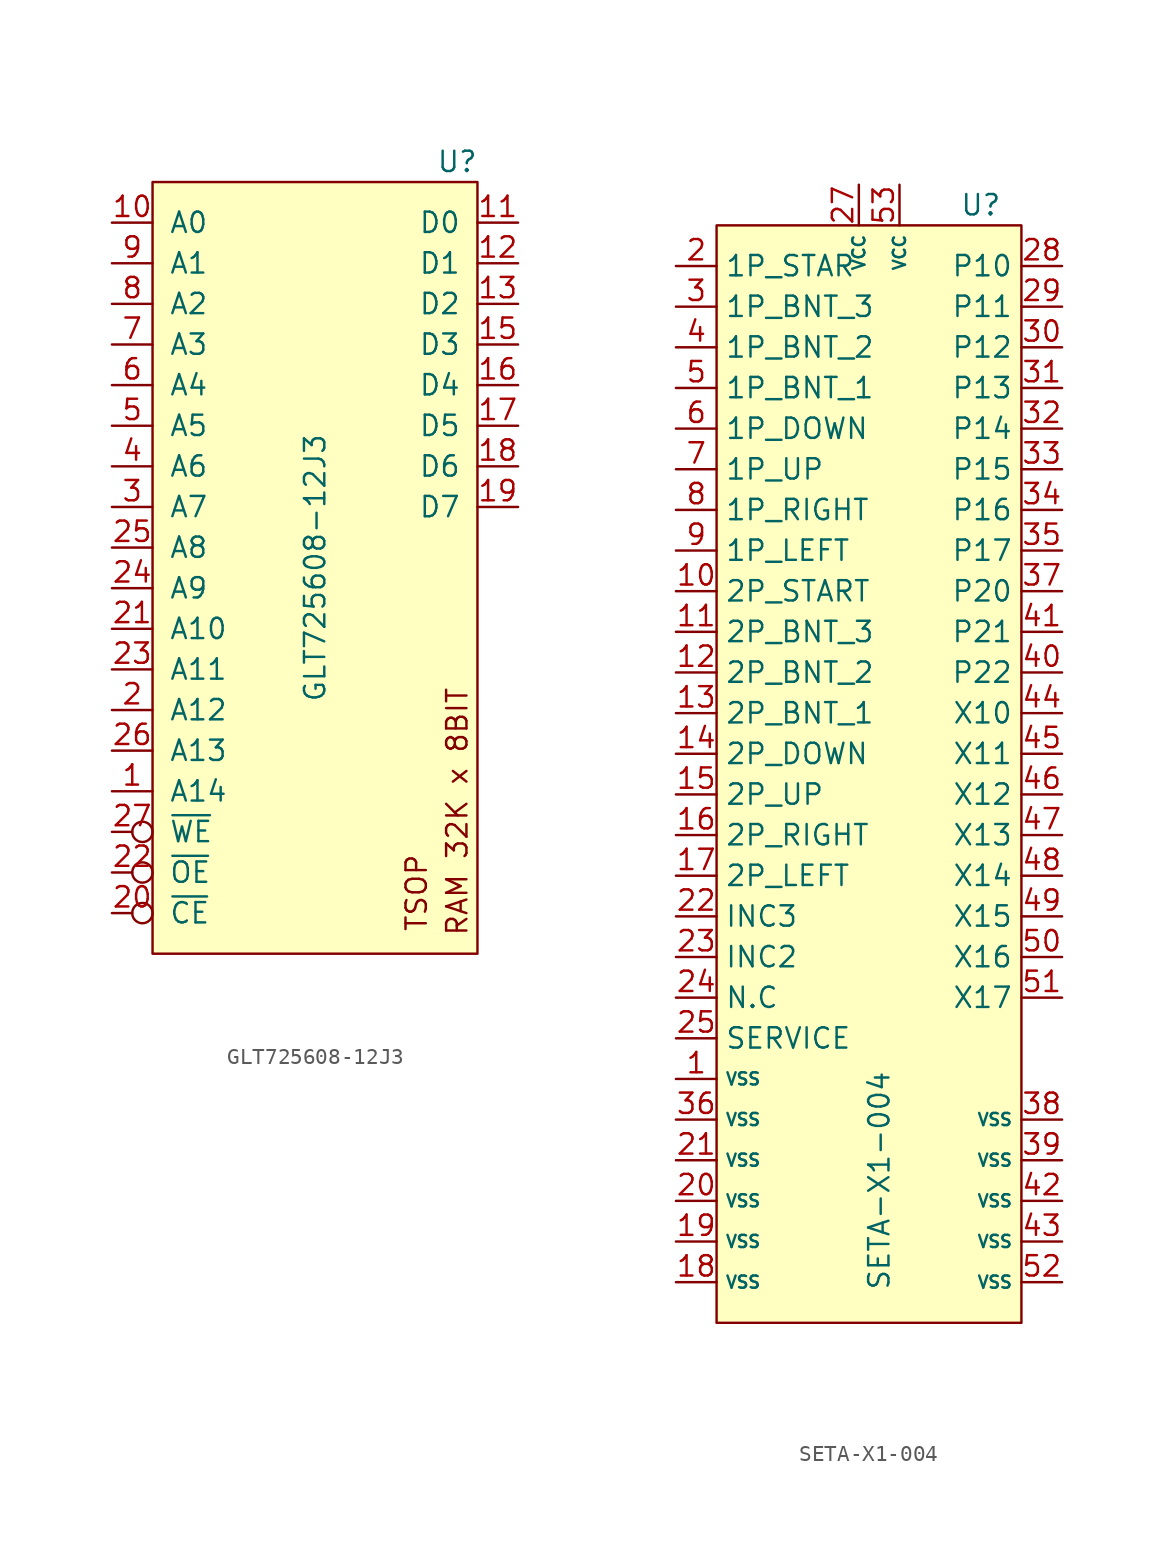
<source format=kicad_sym>
(kicad_symbol_lib
  (version 20211014)
  (generator kicad_symbol_editor)
  (symbol "GLT725608-12J3"
    (pin_names
      (offset 1.016))
    (property "Reference" "U"
      (at 8.89 25.4 0)
      (effects (font (size 1.27 1.27))))
    (property "Value" "GLT725608-12J3"
      (at 0 0 90)
      (effects (font (size 1.27 1.27))))
    (symbol "GLT725608-12J3_0_0"
      (text "RAM 32K x 8BIT" (at 8.89 -15.24 900) (effects (font (size 1.27 1.27))))
      (text "TSOP" (at 6.35 -20.32 900) (effects (font (size 1.27 1.27)))))
    (symbol "GLT725608-12J3_0_1"
      (rectangle (start -10.16 24.13) (end 10.16 -24.13) (stroke (width 0) (type default) (color 0 0 0 0)) (fill (type background))))
    (symbol "GLT725608-12J3_1_1"
      (pin input line (at -12.7 -13.97 0) (length 2.54) (name "A14" (effects (font (size 1.27 1.27)))) (number "1" (effects (font (size 1.27 1.27)))))
      (pin input line (at -12.7 21.59 0) (length 2.54) (name "A0" (effects (font (size 1.27 1.27)))) (number "10" (effects (font (size 1.27 1.27)))))
      (pin bidirectional line (at 12.7 21.59 180) (length 2.54) (name "D0" (effects (font (size 1.27 1.27)))) (number "11" (effects (font (size 1.27 1.27)))))
      (pin bidirectional line (at 12.7 19.05 180) (length 2.54) (name "D1" (effects (font (size 1.27 1.27)))) (number "12" (effects (font (size 1.27 1.27)))))
      (pin bidirectional line (at 12.7 16.51 180) (length 2.54) (name "D2" (effects (font (size 1.27 1.27)))) (number "13" (effects (font (size 1.27 1.27)))))
      (pin power_in line (at 0 -24.13 90) (length 2.54) hide (name "VSS" (effects (font (size 1.27 1.27)))) (number "14" (effects (font (size 1.27 1.27)))))
      (pin bidirectional line (at 12.7 13.97 180) (length 2.54) (name "D3" (effects (font (size 1.27 1.27)))) (number "15" (effects (font (size 1.27 1.27)))))
      (pin bidirectional line (at 12.7 11.43 180) (length 2.54) (name "D4" (effects (font (size 1.27 1.27)))) (number "16" (effects (font (size 1.27 1.27)))))
      (pin bidirectional line (at 12.7 8.89 180) (length 2.54) (name "D5" (effects (font (size 1.27 1.27)))) (number "17" (effects (font (size 1.27 1.27)))))
      (pin bidirectional line (at 12.7 6.35 180) (length 2.54) (name "D6" (effects (font (size 1.27 1.27)))) (number "18" (effects (font (size 1.27 1.27)))))
      (pin bidirectional line (at 12.7 3.81 180) (length 2.54) (name "D7" (effects (font (size 1.27 1.27)))) (number "19" (effects (font (size 1.27 1.27)))))
      (pin input line (at -12.7 -8.89 0) (length 2.54) (name "A12" (effects (font (size 1.27 1.27)))) (number "2" (effects (font (size 1.27 1.27)))))
      (pin input inverted (at -12.7 -21.59 0) (length 2.54) (name "~{CE}" (effects (font (size 1.27 1.27)))) (number "20" (effects (font (size 1.27 1.27)))))
      (pin input line (at -12.7 -3.81 0) (length 2.54) (name "A10" (effects (font (size 1.27 1.27)))) (number "21" (effects (font (size 1.27 1.27)))))
      (pin input inverted (at -12.7 -19.05 0) (length 2.54) (name "~{OE}" (effects (font (size 1.27 1.27)))) (number "22" (effects (font (size 1.27 1.27)))))
      (pin input line (at -12.7 -6.35 0) (length 2.54) (name "A11" (effects (font (size 1.27 1.27)))) (number "23" (effects (font (size 1.27 1.27)))))
      (pin input line (at -12.7 -1.27 0) (length 2.54) (name "A9" (effects (font (size 1.27 1.27)))) (number "24" (effects (font (size 1.27 1.27)))))
      (pin input line (at -12.7 1.27 0) (length 2.54) (name "A8" (effects (font (size 1.27 1.27)))) (number "25" (effects (font (size 1.27 1.27)))))
      (pin input line (at -12.7 -11.43 0) (length 2.54) (name "A13" (effects (font (size 1.27 1.27)))) (number "26" (effects (font (size 1.27 1.27)))))
      (pin input inverted (at -12.7 -16.51 0) (length 2.54) (name "~{WE}" (effects (font (size 1.27 1.27)))) (number "27" (effects (font (size 1.27 1.27)))))
      (pin power_in line (at 0 24.13 270) (length 2.54) hide (name "VCC" (effects (font (size 1.27 1.27)))) (number "28" (effects (font (size 1.27 1.27)))))
      (pin input line (at -12.7 3.81 0) (length 2.54) (name "A7" (effects (font (size 1.27 1.27)))) (number "3" (effects (font (size 1.27 1.27)))))
      (pin input line (at -12.7 6.35 0) (length 2.54) (name "A6" (effects (font (size 1.27 1.27)))) (number "4" (effects (font (size 1.27 1.27)))))
      (pin input line (at -12.7 8.89 0) (length 2.54) (name "A5" (effects (font (size 1.27 1.27)))) (number "5" (effects (font (size 1.27 1.27)))))
      (pin input line (at -12.7 11.43 0) (length 2.54) (name "A4" (effects (font (size 1.27 1.27)))) (number "6" (effects (font (size 1.27 1.27)))))
      (pin input line (at -12.7 13.97 0) (length 2.54) (name "A3" (effects (font (size 1.27 1.27)))) (number "7" (effects (font (size 1.27 1.27)))))
      (pin input line (at -12.7 16.51 0) (length 2.54) (name "A2" (effects (font (size 1.27 1.27)))) (number "8" (effects (font (size 1.27 1.27)))))
      (pin input line (at -12.7 19.05 0) (length 2.54) (name "A1" (effects (font (size 1.27 1.27)))) (number "9" (effects (font (size 1.27 1.27)))))))
  (symbol "SETA-X1-004"
    (property "Reference" "U"
      (at 6.35 43.18 0)
      (effects (font (size 1.27 1.27))))
    (property "Value" "SETA-X1-004"
      (at 0 -17.78 90)
      (effects (font (size 1.27 1.27))))
    (symbol "SETA-X1-004_0_1"
      (rectangle (start -10.16 41.91) (end 8.89 -26.67) (stroke (width 0.152) (type default) (color 0 0 0 0)) (fill (type background))))
    (symbol "SETA-X1-004_1_1"
      (pin power_out line (at -12.7 -11.43 0) (length 2.54) (name "VSS" (effects (font (size 0.762 0.762)))) (number "1" (effects (font (size 1.27 1.27)))))
      (pin input line (at -12.7 19.05 0) (length 2.54) (name "2P_START" (effects (font (size 1.27 1.27)))) (number "10" (effects (font (size 1.27 1.27)))))
      (pin input line (at -12.7 16.51 0) (length 2.54) (name "2P_BNT_3" (effects (font (size 1.27 1.27)))) (number "11" (effects (font (size 1.27 1.27)))))
      (pin input line (at -12.7 13.97 0) (length 2.54) (name "2P_BNT_2" (effects (font (size 1.27 1.27)))) (number "12" (effects (font (size 1.27 1.27)))))
      (pin input line (at -12.7 11.43 0) (length 2.54) (name "2P_BNT_1" (effects (font (size 1.27 1.27)))) (number "13" (effects (font (size 1.27 1.27)))))
      (pin input line (at -12.7 8.89 0) (length 2.54) (name "2P_DOWN" (effects (font (size 1.27 1.27)))) (number "14" (effects (font (size 1.27 1.27)))))
      (pin input line (at -12.7 6.35 0) (length 2.54) (name "2P_UP" (effects (font (size 1.27 1.27)))) (number "15" (effects (font (size 1.27 1.27)))))
      (pin input line (at -12.7 3.81 0) (length 2.54) (name "2P_RIGHT" (effects (font (size 1.27 1.27)))) (number "16" (effects (font (size 1.27 1.27)))))
      (pin input line (at -12.7 1.27 0) (length 2.54) (name "2P_LEFT" (effects (font (size 1.27 1.27)))) (number "17" (effects (font (size 1.27 1.27)))))
      (pin power_out line (at -12.7 -24.13 0) (length 2.54) (name "VSS" (effects (font (size 0.762 0.762)))) (number "18" (effects (font (size 1.27 1.27)))))
      (pin power_out line (at -12.7 -21.59 0) (length 2.54) (name "VSS" (effects (font (size 0.762 0.762)))) (number "19" (effects (font (size 1.27 1.27)))))
      (pin input line (at -12.7 39.37 0) (length 2.54) (name "1P_STAR" (effects (font (size 1.27 1.27)))) (number "2" (effects (font (size 1.27 1.27)))))
      (pin power_out line (at -12.7 -19.05 0) (length 2.54) (name "VSS" (effects (font (size 0.762 0.762)))) (number "20" (effects (font (size 1.27 1.27)))))
      (pin power_out line (at -12.7 -16.51 0) (length 2.54) (name "VSS" (effects (font (size 0.762 0.762)))) (number "21" (effects (font (size 1.27 1.27)))))
      (pin bidirectional line (at -12.7 -1.27 0) (length 2.54) (name "INC3" (effects (font (size 1.27 1.27)))) (number "22" (effects (font (size 1.27 1.27)))))
      (pin bidirectional line (at -12.7 -3.81 0) (length 2.54) (name "INC2" (effects (font (size 1.27 1.27)))) (number "23" (effects (font (size 1.27 1.27)))))
      (pin input line (at -12.7 -6.35 0) (length 2.54) (name "N.C" (effects (font (size 1.27 1.27)))) (number "24" (effects (font (size 1.27 1.27)))))
      (pin input line (at -12.7 -8.89 0) (length 2.54) (name "SERVICE" (effects (font (size 1.27 1.27)))) (number "25" (effects (font (size 1.27 1.27)))))
      (pin power_in line (at -1.27 44.45 270) (length 2.54) (name "VCC" (effects (font (size 0.762 0.762)))) (number "27" (effects (font (size 1.27 1.27)))))
      (pin tri_state line (at 11.43 39.37 180) (length 2.54) (name "P10" (effects (font (size 1.27 1.27)))) (number "28" (effects (font (size 1.27 1.27)))))
      (pin tri_state line (at 11.43 36.83 180) (length 2.54) (name "P11" (effects (font (size 1.27 1.27)))) (number "29" (effects (font (size 1.27 1.27)))))
      (pin input line (at -12.7 36.83 0) (length 2.54) (name "1P_BNT_3" (effects (font (size 1.27 1.27)))) (number "3" (effects (font (size 1.27 1.27)))))
      (pin tri_state line (at 11.43 34.29 180) (length 2.54) (name "P12" (effects (font (size 1.27 1.27)))) (number "30" (effects (font (size 1.27 1.27)))))
      (pin tri_state line (at 11.43 31.75 180) (length 2.54) (name "P13" (effects (font (size 1.27 1.27)))) (number "31" (effects (font (size 1.27 1.27)))))
      (pin tri_state line (at 11.43 29.21 180) (length 2.54) (name "P14" (effects (font (size 1.27 1.27)))) (number "32" (effects (font (size 1.27 1.27)))))
      (pin tri_state line (at 11.43 26.67 180) (length 2.54) (name "P15" (effects (font (size 1.27 1.27)))) (number "33" (effects (font (size 1.27 1.27)))))
      (pin tri_state line (at 11.43 24.13 180) (length 2.54) (name "P16" (effects (font (size 1.27 1.27)))) (number "34" (effects (font (size 1.27 1.27)))))
      (pin tri_state line (at 11.43 21.59 180) (length 2.54) (name "P17" (effects (font (size 1.27 1.27)))) (number "35" (effects (font (size 1.27 1.27)))))
      (pin power_out line (at -12.7 -13.97 0) (length 2.54) (name "VSS" (effects (font (size 0.762 0.762)))) (number "36" (effects (font (size 1.27 1.27)))))
      (pin tri_state line (at 11.43 19.05 180) (length 2.54) (name "P20" (effects (font (size 1.27 1.27)))) (number "37" (effects (font (size 1.27 1.27)))))
      (pin power_out line (at 11.43 -13.97 180) (length 2.54) (name "VSS" (effects (font (size 0.762 0.762)))) (number "38" (effects (font (size 1.27 1.27)))))
      (pin power_out line (at 11.43 -16.51 180) (length 2.54) (name "VSS" (effects (font (size 0.762 0.762)))) (number "39" (effects (font (size 1.27 1.27)))))
      (pin input line (at -12.7 34.29 0) (length 2.54) (name "1P_BNT_2" (effects (font (size 1.27 1.27)))) (number "4" (effects (font (size 1.27 1.27)))))
      (pin tri_state line (at 11.43 13.97 180) (length 2.54) (name "P22" (effects (font (size 1.27 1.27)))) (number "40" (effects (font (size 1.27 1.27)))))
      (pin tri_state line (at 11.43 16.51 180) (length 2.54) (name "P21" (effects (font (size 1.27 1.27)))) (number "41" (effects (font (size 1.27 1.27)))))
      (pin power_out line (at 11.43 -19.05 180) (length 2.54) (name "VSS" (effects (font (size 0.762 0.762)))) (number "42" (effects (font (size 1.27 1.27)))))
      (pin power_out line (at 11.43 -21.59 180) (length 2.54) (name "VSS" (effects (font (size 0.762 0.762)))) (number "43" (effects (font (size 1.27 1.27)))))
      (pin tri_state line (at 11.43 11.43 180) (length 2.54) (name "X10" (effects (font (size 1.27 1.27)))) (number "44" (effects (font (size 1.27 1.27)))))
      (pin tri_state line (at 11.43 8.89 180) (length 2.54) (name "X11" (effects (font (size 1.27 1.27)))) (number "45" (effects (font (size 1.27 1.27)))))
      (pin tri_state line (at 11.43 6.35 180) (length 2.54) (name "X12" (effects (font (size 1.27 1.27)))) (number "46" (effects (font (size 1.27 1.27)))))
      (pin tri_state line (at 11.43 3.81 180) (length 2.54) (name "X13" (effects (font (size 1.27 1.27)))) (number "47" (effects (font (size 1.27 1.27)))))
      (pin tri_state line (at 11.43 1.27 180) (length 2.54) (name "X14" (effects (font (size 1.27 1.27)))) (number "48" (effects (font (size 1.27 1.27)))))
      (pin tri_state line (at 11.43 -1.27 180) (length 2.54) (name "X15" (effects (font (size 1.27 1.27)))) (number "49" (effects (font (size 1.27 1.27)))))
      (pin input line (at -12.7 31.75 0) (length 2.54) (name "1P_BNT_1" (effects (font (size 1.27 1.27)))) (number "5" (effects (font (size 1.27 1.27)))))
      (pin tri_state line (at 11.43 -3.81 180) (length 2.54) (name "X16" (effects (font (size 1.27 1.27)))) (number "50" (effects (font (size 1.27 1.27)))))
      (pin tri_state line (at 11.43 -6.35 180) (length 2.54) (name "X17" (effects (font (size 1.27 1.27)))) (number "51" (effects (font (size 1.27 1.27)))))
      (pin power_out line (at 11.43 -24.13 180) (length 2.54) (name "VSS" (effects (font (size 0.762 0.762)))) (number "52" (effects (font (size 1.27 1.27)))))
      (pin power_in line (at 1.27 44.45 270) (length 2.54) (name "VCC" (effects (font (size 0.762 0.762)))) (number "53" (effects (font (size 1.27 1.27)))))
      (pin input line (at -12.7 29.21 0) (length 2.54) (name "1P_DOWN" (effects (font (size 1.27 1.27)))) (number "6" (effects (font (size 1.27 1.27)))))
      (pin input line (at -12.7 26.67 0) (length 2.54) (name "1P_UP" (effects (font (size 1.27 1.27)))) (number "7" (effects (font (size 1.27 1.27)))))
      (pin input line (at -12.7 24.13 0) (length 2.54) (name "1P_RIGHT" (effects (font (size 1.27 1.27)))) (number "8" (effects (font (size 1.27 1.27)))))
      (pin input line (at -12.7 21.59 0) (length 2.54) (name "1P_LEFT" (effects (font (size 1.27 1.27)))) (number "9" (effects (font (size 1.27 1.27))))))))
</source>
